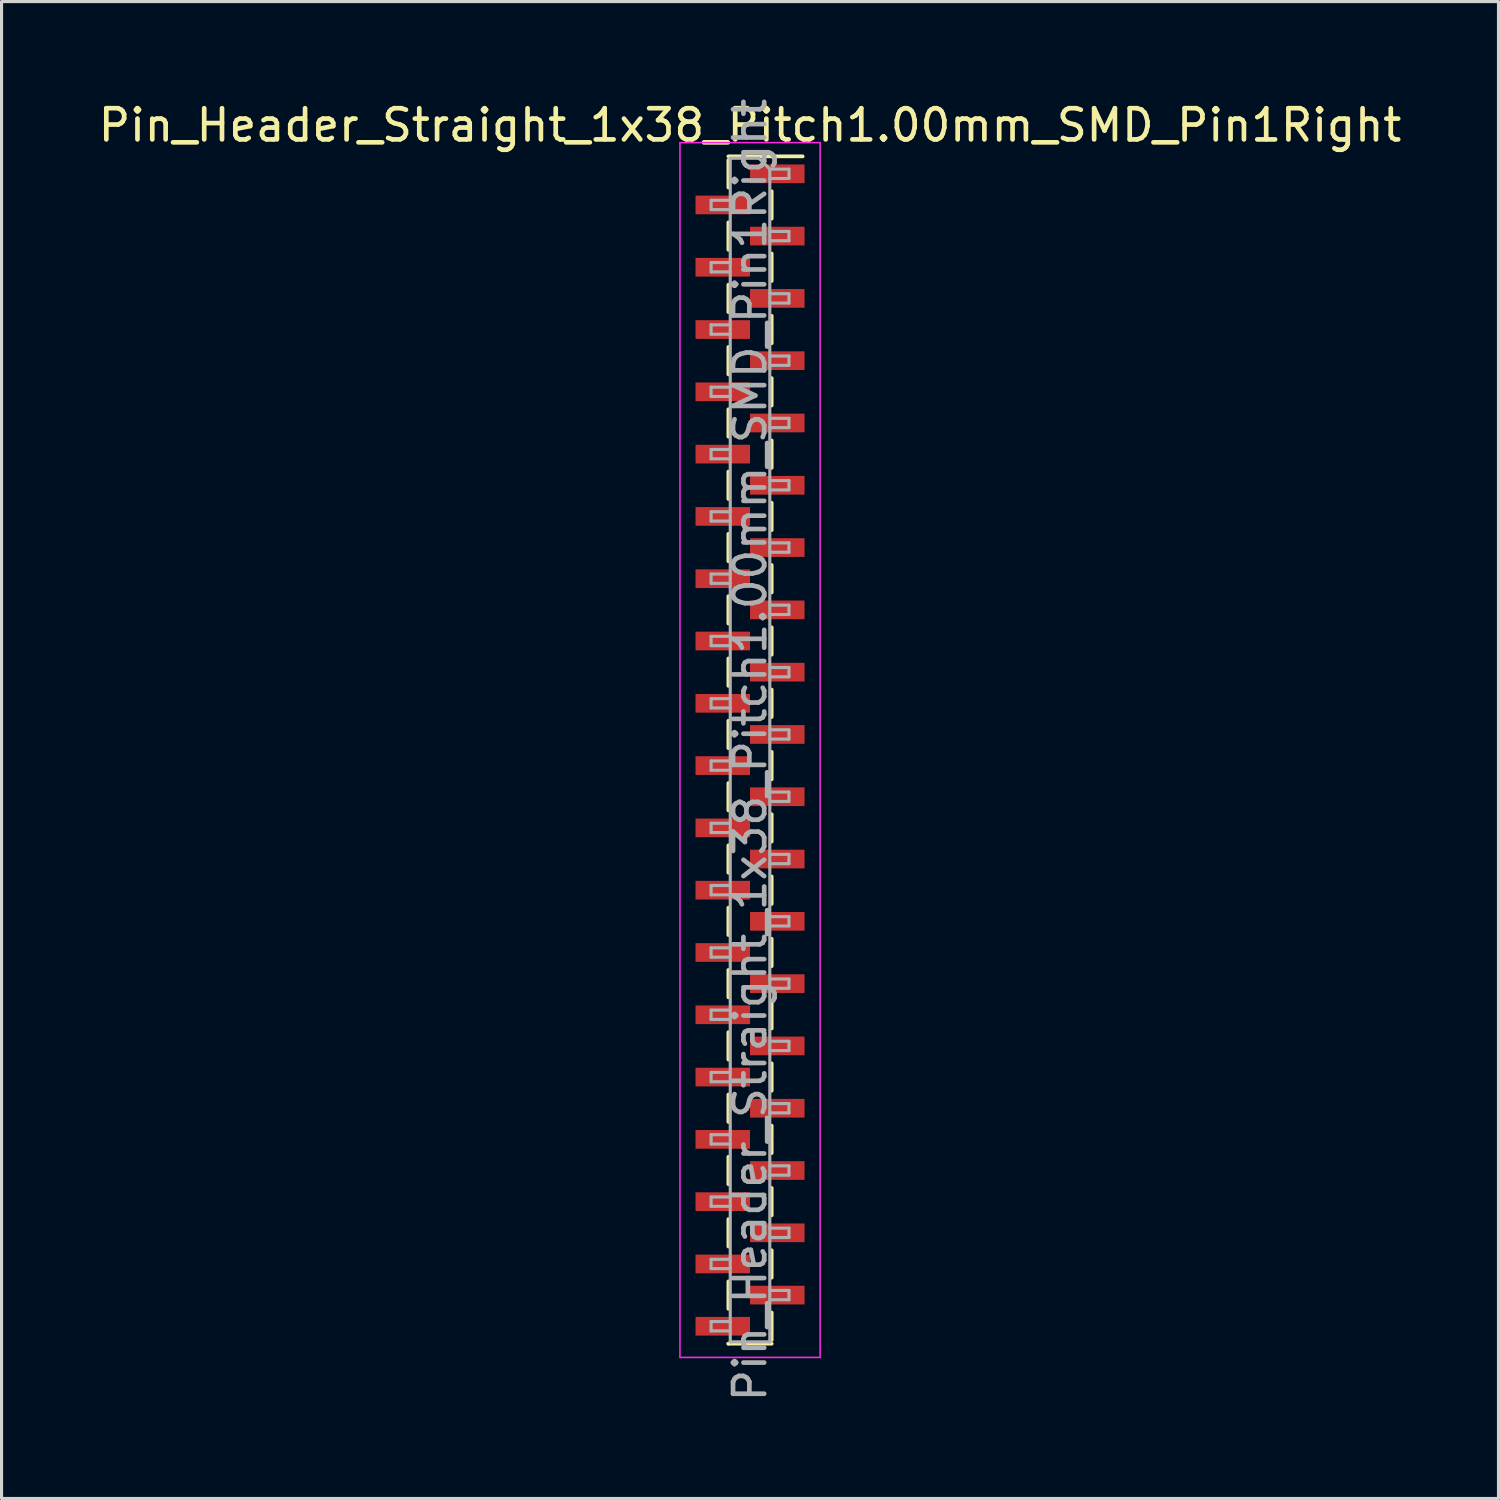
<source format=kicad_pcb>
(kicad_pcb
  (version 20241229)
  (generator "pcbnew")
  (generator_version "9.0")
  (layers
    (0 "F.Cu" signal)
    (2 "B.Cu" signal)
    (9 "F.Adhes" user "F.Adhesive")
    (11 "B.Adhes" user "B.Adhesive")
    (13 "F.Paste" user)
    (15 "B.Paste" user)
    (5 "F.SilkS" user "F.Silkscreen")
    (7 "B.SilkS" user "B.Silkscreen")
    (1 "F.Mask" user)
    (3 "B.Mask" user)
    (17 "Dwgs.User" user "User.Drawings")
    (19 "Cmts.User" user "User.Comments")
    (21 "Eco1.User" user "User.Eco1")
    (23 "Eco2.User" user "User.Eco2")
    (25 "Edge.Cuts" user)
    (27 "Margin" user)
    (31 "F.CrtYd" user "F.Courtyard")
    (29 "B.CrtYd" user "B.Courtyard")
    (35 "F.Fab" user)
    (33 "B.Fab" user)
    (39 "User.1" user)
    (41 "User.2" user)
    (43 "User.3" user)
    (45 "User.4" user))
  (footprint "Pin_Header_Straight_1x38_Pitch1.00mm_SMD_Pin1Right"
    (layer "F.Cu")
    (at 21.03 21.03)
    (property "Reference" "Pin_Header_Straight_1x38_Pitch1.00mm_SMD_Pin1Right" (at 0 -20.06 0) (layer "F.SilkS") (effects (font (size 1 1) (thickness 0.15))))
    (attr smd)
    (fp_line (start -0.695 -19.06) (end 0.695 -19.06) (stroke (width 0.12) (type solid)) (layer "F.SilkS"))
    (fp_line (start -0.695 -18.94) (end -0.695 -18.06) (stroke (width 0.12) (type solid)) (layer "F.SilkS"))
    (fp_line (start -0.695 -16.94) (end -0.695 -16.06) (stroke (width 0.12) (type solid)) (layer "F.SilkS"))
    (fp_line (start -0.695 -14.94) (end -0.695 -14.06) (stroke (width 0.12) (type solid)) (layer "F.SilkS"))
    (fp_line (start -0.695 -12.94) (end -0.695 -12.06) (stroke (width 0.12) (type solid)) (layer "F.SilkS"))
    (fp_line (start -0.695 -10.94) (end -0.695 -10.06) (stroke (width 0.12) (type solid)) (layer "F.SilkS"))
    (fp_line (start -0.695 -8.94) (end -0.695 -8.06) (stroke (width 0.12) (type solid)) (layer "F.SilkS"))
    (fp_line (start -0.695 -6.94) (end -0.695 -6.06) (stroke (width 0.12) (type solid)) (layer "F.SilkS"))
    (fp_line (start -0.695 -4.94) (end -0.695 -4.06) (stroke (width 0.12) (type solid)) (layer "F.SilkS"))
    (fp_line (start -0.695 -2.94) (end -0.695 -2.06) (stroke (width 0.12) (type solid)) (layer "F.SilkS"))
    (fp_line (start -0.695 -0.94) (end -0.695 -0.06) (stroke (width 0.12) (type solid)) (layer "F.SilkS"))
    (fp_line (start -0.695 1.06) (end -0.695 1.94) (stroke (width 0.12) (type solid)) (layer "F.SilkS"))
    (fp_line (start -0.695 3.06) (end -0.695 3.94) (stroke (width 0.12) (type solid)) (layer "F.SilkS"))
    (fp_line (start -0.695 5.06) (end -0.695 5.94) (stroke (width 0.12) (type solid)) (layer "F.SilkS"))
    (fp_line (start -0.695 7.06) (end -0.695 7.94) (stroke (width 0.12) (type solid)) (layer "F.SilkS"))
    (fp_line (start -0.695 9.06) (end -0.695 9.94) (stroke (width 0.12) (type solid)) (layer "F.SilkS"))
    (fp_line (start -0.695 11.06) (end -0.695 11.94) (stroke (width 0.12) (type solid)) (layer "F.SilkS"))
    (fp_line (start -0.695 13.06) (end -0.695 13.94) (stroke (width 0.12) (type solid)) (layer "F.SilkS"))
    (fp_line (start -0.695 15.06) (end -0.695 15.94) (stroke (width 0.12) (type solid)) (layer "F.SilkS"))
    (fp_line (start -0.695 17.06) (end -0.695 17.94) (stroke (width 0.12) (type solid)) (layer "F.SilkS"))
    (fp_line (start -0.695 19.06) (end -0.695 19.06) (stroke (width 0.12) (type solid)) (layer "F.SilkS"))
    (fp_line (start -0.695 19.06) (end 0.695 19.06) (stroke (width 0.12) (type solid)) (layer "F.SilkS"))
    (fp_line (start 0.695 -19.06) (end 0.695 -19.06) (stroke (width 0.12) (type solid)) (layer "F.SilkS"))
    (fp_line (start 0.695 -19.06) (end 1.69 -19.06) (stroke (width 0.12) (type solid)) (layer "F.SilkS"))
    (fp_line (start 0.695 -17.94) (end 0.695 -17.06) (stroke (width 0.12) (type solid)) (layer "F.SilkS"))
    (fp_line (start 0.695 -15.94) (end 0.695 -15.06) (stroke (width 0.12) (type solid)) (layer "F.SilkS"))
    (fp_line (start 0.695 -13.94) (end 0.695 -13.06) (stroke (width 0.12) (type solid)) (layer "F.SilkS"))
    (fp_line (start 0.695 -11.94) (end 0.695 -11.06) (stroke (width 0.12) (type solid)) (layer "F.SilkS"))
    (fp_line (start 0.695 -9.94) (end 0.695 -9.06) (stroke (width 0.12) (type solid)) (layer "F.SilkS"))
    (fp_line (start 0.695 -7.94) (end 0.695 -7.06) (stroke (width 0.12) (type solid)) (layer "F.SilkS"))
    (fp_line (start 0.695 -5.94) (end 0.695 -5.06) (stroke (width 0.12) (type solid)) (layer "F.SilkS"))
    (fp_line (start 0.695 -3.94) (end 0.695 -3.06) (stroke (width 0.12) (type solid)) (layer "F.SilkS"))
    (fp_line (start 0.695 -1.94) (end 0.695 -1.06) (stroke (width 0.12) (type solid)) (layer "F.SilkS"))
    (fp_line (start 0.695 0.06) (end 0.695 0.94) (stroke (width 0.12) (type solid)) (layer "F.SilkS"))
    (fp_line (start 0.695 2.06) (end 0.695 2.94) (stroke (width 0.12) (type solid)) (layer "F.SilkS"))
    (fp_line (start 0.695 4.06) (end 0.695 4.94) (stroke (width 0.12) (type solid)) (layer "F.SilkS"))
    (fp_line (start 0.695 6.06) (end 0.695 6.94) (stroke (width 0.12) (type solid)) (layer "F.SilkS"))
    (fp_line (start 0.695 8.06) (end 0.695 8.94) (stroke (width 0.12) (type solid)) (layer "F.SilkS"))
    (fp_line (start 0.695 10.06) (end 0.695 10.94) (stroke (width 0.12) (type solid)) (layer "F.SilkS"))
    (fp_line (start 0.695 12.06) (end 0.695 12.94) (stroke (width 0.12) (type solid)) (layer "F.SilkS"))
    (fp_line (start 0.695 14.06) (end 0.695 14.94) (stroke (width 0.12) (type solid)) (layer "F.SilkS"))
    (fp_line (start 0.695 16.06) (end 0.695 16.94) (stroke (width 0.12) (type solid)) (layer "F.SilkS"))
    (fp_line (start 0.695 18.06) (end 0.695 18.94) (stroke (width 0.12) (type solid)) (layer "F.SilkS"))
    (fp_line (start -2.25 -19.5) (end -2.25 19.5) (stroke (width 0.05) (type solid)) (layer "F.CrtYd"))
    (fp_line (start -2.25 19.5) (end 2.25 19.5) (stroke (width 0.05) (type solid)) (layer "F.CrtYd"))
    (fp_line (start 2.25 -19.5) (end -2.25 -19.5) (stroke (width 0.05) (type solid)) (layer "F.CrtYd"))
    (fp_line (start 2.25 19.5) (end 2.25 -19.5) (stroke (width 0.05) (type solid)) (layer "F.CrtYd"))
    (fp_line (start -1.25 -17.65) (end -1.25 -17.35) (stroke (width 0.1) (type solid)) (layer "F.Fab"))
    (fp_line (start -1.25 -17.35) (end -0.635 -17.35) (stroke (width 0.1) (type solid)) (layer "F.Fab"))
    (fp_line (start -1.25 -15.65) (end -1.25 -15.35) (stroke (width 0.1) (type solid)) (layer "F.Fab"))
    (fp_line (start -1.25 -15.35) (end -0.635 -15.35) (stroke (width 0.1) (type solid)) (layer "F.Fab"))
    (fp_line (start -1.25 -13.65) (end -1.25 -13.35) (stroke (width 0.1) (type solid)) (layer "F.Fab"))
    (fp_line (start -1.25 -13.35) (end -0.635 -13.35) (stroke (width 0.1) (type solid)) (layer "F.Fab"))
    (fp_line (start -1.25 -11.65) (end -1.25 -11.35) (stroke (width 0.1) (type solid)) (layer "F.Fab"))
    (fp_line (start -1.25 -11.35) (end -0.635 -11.35) (stroke (width 0.1) (type solid)) (layer "F.Fab"))
    (fp_line (start -1.25 -9.65) (end -1.25 -9.35) (stroke (width 0.1) (type solid)) (layer "F.Fab"))
    (fp_line (start -1.25 -9.35) (end -0.635 -9.35) (stroke (width 0.1) (type solid)) (layer "F.Fab"))
    (fp_line (start -1.25 -7.65) (end -1.25 -7.35) (stroke (width 0.1) (type solid)) (layer "F.Fab"))
    (fp_line (start -1.25 -7.35) (end -0.635 -7.35) (stroke (width 0.1) (type solid)) (layer "F.Fab"))
    (fp_line (start -1.25 -5.65) (end -1.25 -5.35) (stroke (width 0.1) (type solid)) (layer "F.Fab"))
    (fp_line (start -1.25 -5.35) (end -0.635 -5.35) (stroke (width 0.1) (type solid)) (layer "F.Fab"))
    (fp_line (start -1.25 -3.65) (end -1.25 -3.35) (stroke (width 0.1) (type solid)) (layer "F.Fab"))
    (fp_line (start -1.25 -3.35) (end -0.635 -3.35) (stroke (width 0.1) (type solid)) (layer "F.Fab"))
    (fp_line (start -1.25 -1.65) (end -1.25 -1.35) (stroke (width 0.1) (type solid)) (layer "F.Fab"))
    (fp_line (start -1.25 -1.35) (end -0.635 -1.35) (stroke (width 0.1) (type solid)) (layer "F.Fab"))
    (fp_line (start -1.25 0.35) (end -1.25 0.65) (stroke (width 0.1) (type solid)) (layer "F.Fab"))
    (fp_line (start -1.25 0.65) (end -0.635 0.65) (stroke (width 0.1) (type solid)) (layer "F.Fab"))
    (fp_line (start -1.25 2.35) (end -1.25 2.65) (stroke (width 0.1) (type solid)) (layer "F.Fab"))
    (fp_line (start -1.25 2.65) (end -0.635 2.65) (stroke (width 0.1) (type solid)) (layer "F.Fab"))
    (fp_line (start -1.25 4.35) (end -1.25 4.65) (stroke (width 0.1) (type solid)) (layer "F.Fab"))
    (fp_line (start -1.25 4.65) (end -0.635 4.65) (stroke (width 0.1) (type solid)) (layer "F.Fab"))
    (fp_line (start -1.25 6.35) (end -1.25 6.65) (stroke (width 0.1) (type solid)) (layer "F.Fab"))
    (fp_line (start -1.25 6.65) (end -0.635 6.65) (stroke (width 0.1) (type solid)) (layer "F.Fab"))
    (fp_line (start -1.25 8.35) (end -1.25 8.65) (stroke (width 0.1) (type solid)) (layer "F.Fab"))
    (fp_line (start -1.25 8.65) (end -0.635 8.65) (stroke (width 0.1) (type solid)) (layer "F.Fab"))
    (fp_line (start -1.25 10.35) (end -1.25 10.65) (stroke (width 0.1) (type solid)) (layer "F.Fab"))
    (fp_line (start -1.25 10.65) (end -0.635 10.65) (stroke (width 0.1) (type solid)) (layer "F.Fab"))
    (fp_line (start -1.25 12.35) (end -1.25 12.65) (stroke (width 0.1) (type solid)) (layer "F.Fab"))
    (fp_line (start -1.25 12.65) (end -0.635 12.65) (stroke (width 0.1) (type solid)) (layer "F.Fab"))
    (fp_line (start -1.25 14.35) (end -1.25 14.65) (stroke (width 0.1) (type solid)) (layer "F.Fab"))
    (fp_line (start -1.25 14.65) (end -0.635 14.65) (stroke (width 0.1) (type solid)) (layer "F.Fab"))
    (fp_line (start -1.25 16.35) (end -1.25 16.65) (stroke (width 0.1) (type solid)) (layer "F.Fab"))
    (fp_line (start -1.25 16.65) (end -0.635 16.65) (stroke (width 0.1) (type solid)) (layer "F.Fab"))
    (fp_line (start -1.25 18.35) (end -1.25 18.65) (stroke (width 0.1) (type solid)) (layer "F.Fab"))
    (fp_line (start -1.25 18.65) (end -0.635 18.65) (stroke (width 0.1) (type solid)) (layer "F.Fab"))
    (fp_line (start -0.635 -19) (end -0.635 19) (stroke (width 0.1) (type solid)) (layer "F.Fab"))
    (fp_line (start -0.635 -19) (end 0.285 -19) (stroke (width 0.1) (type solid)) (layer "F.Fab"))
    (fp_line (start -0.635 -17.65) (end -1.25 -17.65) (stroke (width 0.1) (type solid)) (layer "F.Fab"))
    (fp_line (start -0.635 -15.65) (end -1.25 -15.65) (stroke (width 0.1) (type solid)) (layer "F.Fab"))
    (fp_line (start -0.635 -13.65) (end -1.25 -13.65) (stroke (width 0.1) (type solid)) (layer "F.Fab"))
    (fp_line (start -0.635 -11.65) (end -1.25 -11.65) (stroke (width 0.1) (type solid)) (layer "F.Fab"))
    (fp_line (start -0.635 -9.65) (end -1.25 -9.65) (stroke (width 0.1) (type solid)) (layer "F.Fab"))
    (fp_line (start -0.635 -7.65) (end -1.25 -7.65) (stroke (width 0.1) (type solid)) (layer "F.Fab"))
    (fp_line (start -0.635 -5.65) (end -1.25 -5.65) (stroke (width 0.1) (type solid)) (layer "F.Fab"))
    (fp_line (start -0.635 -3.65) (end -1.25 -3.65) (stroke (width 0.1) (type solid)) (layer "F.Fab"))
    (fp_line (start -0.635 -1.65) (end -1.25 -1.65) (stroke (width 0.1) (type solid)) (layer "F.Fab"))
    (fp_line (start -0.635 0.35) (end -1.25 0.35) (stroke (width 0.1) (type solid)) (layer "F.Fab"))
    (fp_line (start -0.635 2.35) (end -1.25 2.35) (stroke (width 0.1) (type solid)) (layer "F.Fab"))
    (fp_line (start -0.635 4.35) (end -1.25 4.35) (stroke (width 0.1) (type solid)) (layer "F.Fab"))
    (fp_line (start -0.635 6.35) (end -1.25 6.35) (stroke (width 0.1) (type solid)) (layer "F.Fab"))
    (fp_line (start -0.635 8.35) (end -1.25 8.35) (stroke (width 0.1) (type solid)) (layer "F.Fab"))
    (fp_line (start -0.635 10.35) (end -1.25 10.35) (stroke (width 0.1) (type solid)) (layer "F.Fab"))
    (fp_line (start -0.635 12.35) (end -1.25 12.35) (stroke (width 0.1) (type solid)) (layer "F.Fab"))
    (fp_line (start -0.635 14.35) (end -1.25 14.35) (stroke (width 0.1) (type solid)) (layer "F.Fab"))
    (fp_line (start -0.635 16.35) (end -1.25 16.35) (stroke (width 0.1) (type solid)) (layer "F.Fab"))
    (fp_line (start -0.635 18.35) (end -1.25 18.35) (stroke (width 0.1) (type solid)) (layer "F.Fab"))
    (fp_line (start 0.635 -18.65) (end 0.285 -19) (stroke (width 0.1) (type solid)) (layer "F.Fab"))
    (fp_line (start 0.635 -18.65) (end 1.25 -18.65) (stroke (width 0.1) (type solid)) (layer "F.Fab"))
    (fp_line (start 0.635 -16.65) (end 1.25 -16.65) (stroke (width 0.1) (type solid)) (layer "F.Fab"))
    (fp_line (start 0.635 -14.65) (end 1.25 -14.65) (stroke (width 0.1) (type solid)) (layer "F.Fab"))
    (fp_line (start 0.635 -12.65) (end 1.25 -12.65) (stroke (width 0.1) (type solid)) (layer "F.Fab"))
    (fp_line (start 0.635 -10.65) (end 1.25 -10.65) (stroke (width 0.1) (type solid)) (layer "F.Fab"))
    (fp_line (start 0.635 -8.65) (end 1.25 -8.65) (stroke (width 0.1) (type solid)) (layer "F.Fab"))
    (fp_line (start 0.635 -6.65) (end 1.25 -6.65) (stroke (width 0.1) (type solid)) (layer "F.Fab"))
    (fp_line (start 0.635 -4.65) (end 1.25 -4.65) (stroke (width 0.1) (type solid)) (layer "F.Fab"))
    (fp_line (start 0.635 -2.65) (end 1.25 -2.65) (stroke (width 0.1) (type solid)) (layer "F.Fab"))
    (fp_line (start 0.635 -0.65) (end 1.25 -0.65) (stroke (width 0.1) (type solid)) (layer "F.Fab"))
    (fp_line (start 0.635 1.35) (end 1.25 1.35) (stroke (width 0.1) (type solid)) (layer "F.Fab"))
    (fp_line (start 0.635 3.35) (end 1.25 3.35) (stroke (width 0.1) (type solid)) (layer "F.Fab"))
    (fp_line (start 0.635 5.35) (end 1.25 5.35) (stroke (width 0.1) (type solid)) (layer "F.Fab"))
    (fp_line (start 0.635 7.35) (end 1.25 7.35) (stroke (width 0.1) (type solid)) (layer "F.Fab"))
    (fp_line (start 0.635 9.35) (end 1.25 9.35) (stroke (width 0.1) (type solid)) (layer "F.Fab"))
    (fp_line (start 0.635 11.35) (end 1.25 11.35) (stroke (width 0.1) (type solid)) (layer "F.Fab"))
    (fp_line (start 0.635 13.35) (end 1.25 13.35) (stroke (width 0.1) (type solid)) (layer "F.Fab"))
    (fp_line (start 0.635 15.35) (end 1.25 15.35) (stroke (width 0.1) (type solid)) (layer "F.Fab"))
    (fp_line (start 0.635 17.35) (end 1.25 17.35) (stroke (width 0.1) (type solid)) (layer "F.Fab"))
    (fp_line (start 0.635 19) (end -0.635 19) (stroke (width 0.1) (type solid)) (layer "F.Fab"))
    (fp_line (start 0.635 19) (end 0.635 -18.65) (stroke (width 0.1) (type solid)) (layer "F.Fab"))
    (fp_line (start 1.25 -18.65) (end 1.25 -18.35) (stroke (width 0.1) (type solid)) (layer "F.Fab"))
    (fp_line (start 1.25 -18.35) (end 0.635 -18.35) (stroke (width 0.1) (type solid)) (layer "F.Fab"))
    (fp_line (start 1.25 -16.65) (end 1.25 -16.35) (stroke (width 0.1) (type solid)) (layer "F.Fab"))
    (fp_line (start 1.25 -16.35) (end 0.635 -16.35) (stroke (width 0.1) (type solid)) (layer "F.Fab"))
    (fp_line (start 1.25 -14.65) (end 1.25 -14.35) (stroke (width 0.1) (type solid)) (layer "F.Fab"))
    (fp_line (start 1.25 -14.35) (end 0.635 -14.35) (stroke (width 0.1) (type solid)) (layer "F.Fab"))
    (fp_line (start 1.25 -12.65) (end 1.25 -12.35) (stroke (width 0.1) (type solid)) (layer "F.Fab"))
    (fp_line (start 1.25 -12.35) (end 0.635 -12.35) (stroke (width 0.1) (type solid)) (layer "F.Fab"))
    (fp_line (start 1.25 -10.65) (end 1.25 -10.35) (stroke (width 0.1) (type solid)) (layer "F.Fab"))
    (fp_line (start 1.25 -10.35) (end 0.635 -10.35) (stroke (width 0.1) (type solid)) (layer "F.Fab"))
    (fp_line (start 1.25 -8.65) (end 1.25 -8.35) (stroke (width 0.1) (type solid)) (layer "F.Fab"))
    (fp_line (start 1.25 -8.35) (end 0.635 -8.35) (stroke (width 0.1) (type solid)) (layer "F.Fab"))
    (fp_line (start 1.25 -6.65) (end 1.25 -6.35) (stroke (width 0.1) (type solid)) (layer "F.Fab"))
    (fp_line (start 1.25 -6.35) (end 0.635 -6.35) (stroke (width 0.1) (type solid)) (layer "F.Fab"))
    (fp_line (start 1.25 -4.65) (end 1.25 -4.35) (stroke (width 0.1) (type solid)) (layer "F.Fab"))
    (fp_line (start 1.25 -4.35) (end 0.635 -4.35) (stroke (width 0.1) (type solid)) (layer "F.Fab"))
    (fp_line (start 1.25 -2.65) (end 1.25 -2.35) (stroke (width 0.1) (type solid)) (layer "F.Fab"))
    (fp_line (start 1.25 -2.35) (end 0.635 -2.35) (stroke (width 0.1) (type solid)) (layer "F.Fab"))
    (fp_line (start 1.25 -0.65) (end 1.25 -0.35) (stroke (width 0.1) (type solid)) (layer "F.Fab"))
    (fp_line (start 1.25 -0.35) (end 0.635 -0.35) (stroke (width 0.1) (type solid)) (layer "F.Fab"))
    (fp_line (start 1.25 1.35) (end 1.25 1.65) (stroke (width 0.1) (type solid)) (layer "F.Fab"))
    (fp_line (start 1.25 1.65) (end 0.635 1.65) (stroke (width 0.1) (type solid)) (layer "F.Fab"))
    (fp_line (start 1.25 3.35) (end 1.25 3.65) (stroke (width 0.1) (type solid)) (layer "F.Fab"))
    (fp_line (start 1.25 3.65) (end 0.635 3.65) (stroke (width 0.1) (type solid)) (layer "F.Fab"))
    (fp_line (start 1.25 5.35) (end 1.25 5.65) (stroke (width 0.1) (type solid)) (layer "F.Fab"))
    (fp_line (start 1.25 5.65) (end 0.635 5.65) (stroke (width 0.1) (type solid)) (layer "F.Fab"))
    (fp_line (start 1.25 7.35) (end 1.25 7.65) (stroke (width 0.1) (type solid)) (layer "F.Fab"))
    (fp_line (start 1.25 7.65) (end 0.635 7.65) (stroke (width 0.1) (type solid)) (layer "F.Fab"))
    (fp_line (start 1.25 9.35) (end 1.25 9.65) (stroke (width 0.1) (type solid)) (layer "F.Fab"))
    (fp_line (start 1.25 9.65) (end 0.635 9.65) (stroke (width 0.1) (type solid)) (layer "F.Fab"))
    (fp_line (start 1.25 11.35) (end 1.25 11.65) (stroke (width 0.1) (type solid)) (layer "F.Fab"))
    (fp_line (start 1.25 11.65) (end 0.635 11.65) (stroke (width 0.1) (type solid)) (layer "F.Fab"))
    (fp_line (start 1.25 13.35) (end 1.25 13.65) (stroke (width 0.1) (type solid)) (layer "F.Fab"))
    (fp_line (start 1.25 13.65) (end 0.635 13.65) (stroke (width 0.1) (type solid)) (layer "F.Fab"))
    (fp_line (start 1.25 15.35) (end 1.25 15.65) (stroke (width 0.1) (type solid)) (layer "F.Fab"))
    (fp_line (start 1.25 15.65) (end 0.635 15.65) (stroke (width 0.1) (type solid)) (layer "F.Fab"))
    (fp_line (start 1.25 17.35) (end 1.25 17.65) (stroke (width 0.1) (type solid)) (layer "F.Fab"))
    (fp_line (start 1.25 17.65) (end 0.635 17.65) (stroke (width 0.1) (type solid)) (layer "F.Fab"))
    (fp_text user "${REFERENCE}" (at 0 0 90) (layer "F.Fab") (effects (font (size 1 1) (thickness 0.15))))
    (pad "1" smd rect (at 0.875 -18.5) (size 1.75 0.6) (layers "F.Cu" "F.Mask" "F.Paste"))
    (pad "2" smd rect (at -0.875 -17.5) (size 1.75 0.6) (layers "F.Cu" "F.Mask" "F.Paste"))
    (pad "3" smd rect (at 0.875 -16.5) (size 1.75 0.6) (layers "F.Cu" "F.Mask" "F.Paste"))
    (pad "4" smd rect (at -0.875 -15.5) (size 1.75 0.6) (layers "F.Cu" "F.Mask" "F.Paste"))
    (pad "5" smd rect (at 0.875 -14.5) (size 1.75 0.6) (layers "F.Cu" "F.Mask" "F.Paste"))
    (pad "6" smd rect (at -0.875 -13.5) (size 1.75 0.6) (layers "F.Cu" "F.Mask" "F.Paste"))
    (pad "7" smd rect (at 0.875 -12.5) (size 1.75 0.6) (layers "F.Cu" "F.Mask" "F.Paste"))
    (pad "8" smd rect (at -0.875 -11.5) (size 1.75 0.6) (layers "F.Cu" "F.Mask" "F.Paste"))
    (pad "9" smd rect (at 0.875 -10.5) (size 1.75 0.6) (layers "F.Cu" "F.Mask" "F.Paste"))
    (pad "10" smd rect (at -0.875 -9.5) (size 1.75 0.6) (layers "F.Cu" "F.Mask" "F.Paste"))
    (pad "11" smd rect (at 0.875 -8.5) (size 1.75 0.6) (layers "F.Cu" "F.Mask" "F.Paste"))
    (pad "12" smd rect (at -0.875 -7.5) (size 1.75 0.6) (layers "F.Cu" "F.Mask" "F.Paste"))
    (pad "13" smd rect (at 0.875 -6.5) (size 1.75 0.6) (layers "F.Cu" "F.Mask" "F.Paste"))
    (pad "14" smd rect (at -0.875 -5.5) (size 1.75 0.6) (layers "F.Cu" "F.Mask" "F.Paste"))
    (pad "15" smd rect (at 0.875 -4.5) (size 1.75 0.6) (layers "F.Cu" "F.Mask" "F.Paste"))
    (pad "16" smd rect (at -0.875 -3.5) (size 1.75 0.6) (layers "F.Cu" "F.Mask" "F.Paste"))
    (pad "17" smd rect (at 0.875 -2.5) (size 1.75 0.6) (layers "F.Cu" "F.Mask" "F.Paste"))
    (pad "18" smd rect (at -0.875 -1.5) (size 1.75 0.6) (layers "F.Cu" "F.Mask" "F.Paste"))
    (pad "19" smd rect (at 0.875 -0.5) (size 1.75 0.6) (layers "F.Cu" "F.Mask" "F.Paste"))
    (pad "20" smd rect (at -0.875 0.5) (size 1.75 0.6) (layers "F.Cu" "F.Mask" "F.Paste"))
    (pad "21" smd rect (at 0.875 1.5) (size 1.75 0.6) (layers "F.Cu" "F.Mask" "F.Paste"))
    (pad "22" smd rect (at -0.875 2.5) (size 1.75 0.6) (layers "F.Cu" "F.Mask" "F.Paste"))
    (pad "23" smd rect (at 0.875 3.5) (size 1.75 0.6) (layers "F.Cu" "F.Mask" "F.Paste"))
    (pad "24" smd rect (at -0.875 4.5) (size 1.75 0.6) (layers "F.Cu" "F.Mask" "F.Paste"))
    (pad "25" smd rect (at 0.875 5.5) (size 1.75 0.6) (layers "F.Cu" "F.Mask" "F.Paste"))
    (pad "26" smd rect (at -0.875 6.5) (size 1.75 0.6) (layers "F.Cu" "F.Mask" "F.Paste"))
    (pad "27" smd rect (at 0.875 7.5) (size 1.75 0.6) (layers "F.Cu" "F.Mask" "F.Paste"))
    (pad "28" smd rect (at -0.875 8.5) (size 1.75 0.6) (layers "F.Cu" "F.Mask" "F.Paste"))
    (pad "29" smd rect (at 0.875 9.5) (size 1.75 0.6) (layers "F.Cu" "F.Mask" "F.Paste"))
    (pad "30" smd rect (at -0.875 10.5) (size 1.75 0.6) (layers "F.Cu" "F.Mask" "F.Paste"))
    (pad "31" smd rect (at 0.875 11.5) (size 1.75 0.6) (layers "F.Cu" "F.Mask" "F.Paste"))
    (pad "32" smd rect (at -0.875 12.5) (size 1.75 0.6) (layers "F.Cu" "F.Mask" "F.Paste"))
    (pad "33" smd rect (at 0.875 13.5) (size 1.75 0.6) (layers "F.Cu" "F.Mask" "F.Paste"))
    (pad "34" smd rect (at -0.875 14.5) (size 1.75 0.6) (layers "F.Cu" "F.Mask" "F.Paste"))
    (pad "35" smd rect (at 0.875 15.5) (size 1.75 0.6) (layers "F.Cu" "F.Mask" "F.Paste"))
    (pad "36" smd rect (at -0.875 16.5) (size 1.75 0.6) (layers "F.Cu" "F.Mask" "F.Paste"))
    (pad "37" smd rect (at 0.875 17.5) (size 1.75 0.6) (layers "F.Cu" "F.Mask" "F.Paste"))
    (pad "38" smd rect (at -0.875 18.5) (size 1.75 0.6) (layers "F.Cu" "F.Mask" "F.Paste")))
  (gr_rect
    (start -3 -3)
    (end 45.06 45.06)
    (stroke (width 0.1) (type default))
    (fill no)
    (layer "Edge.Cuts")))
</source>
